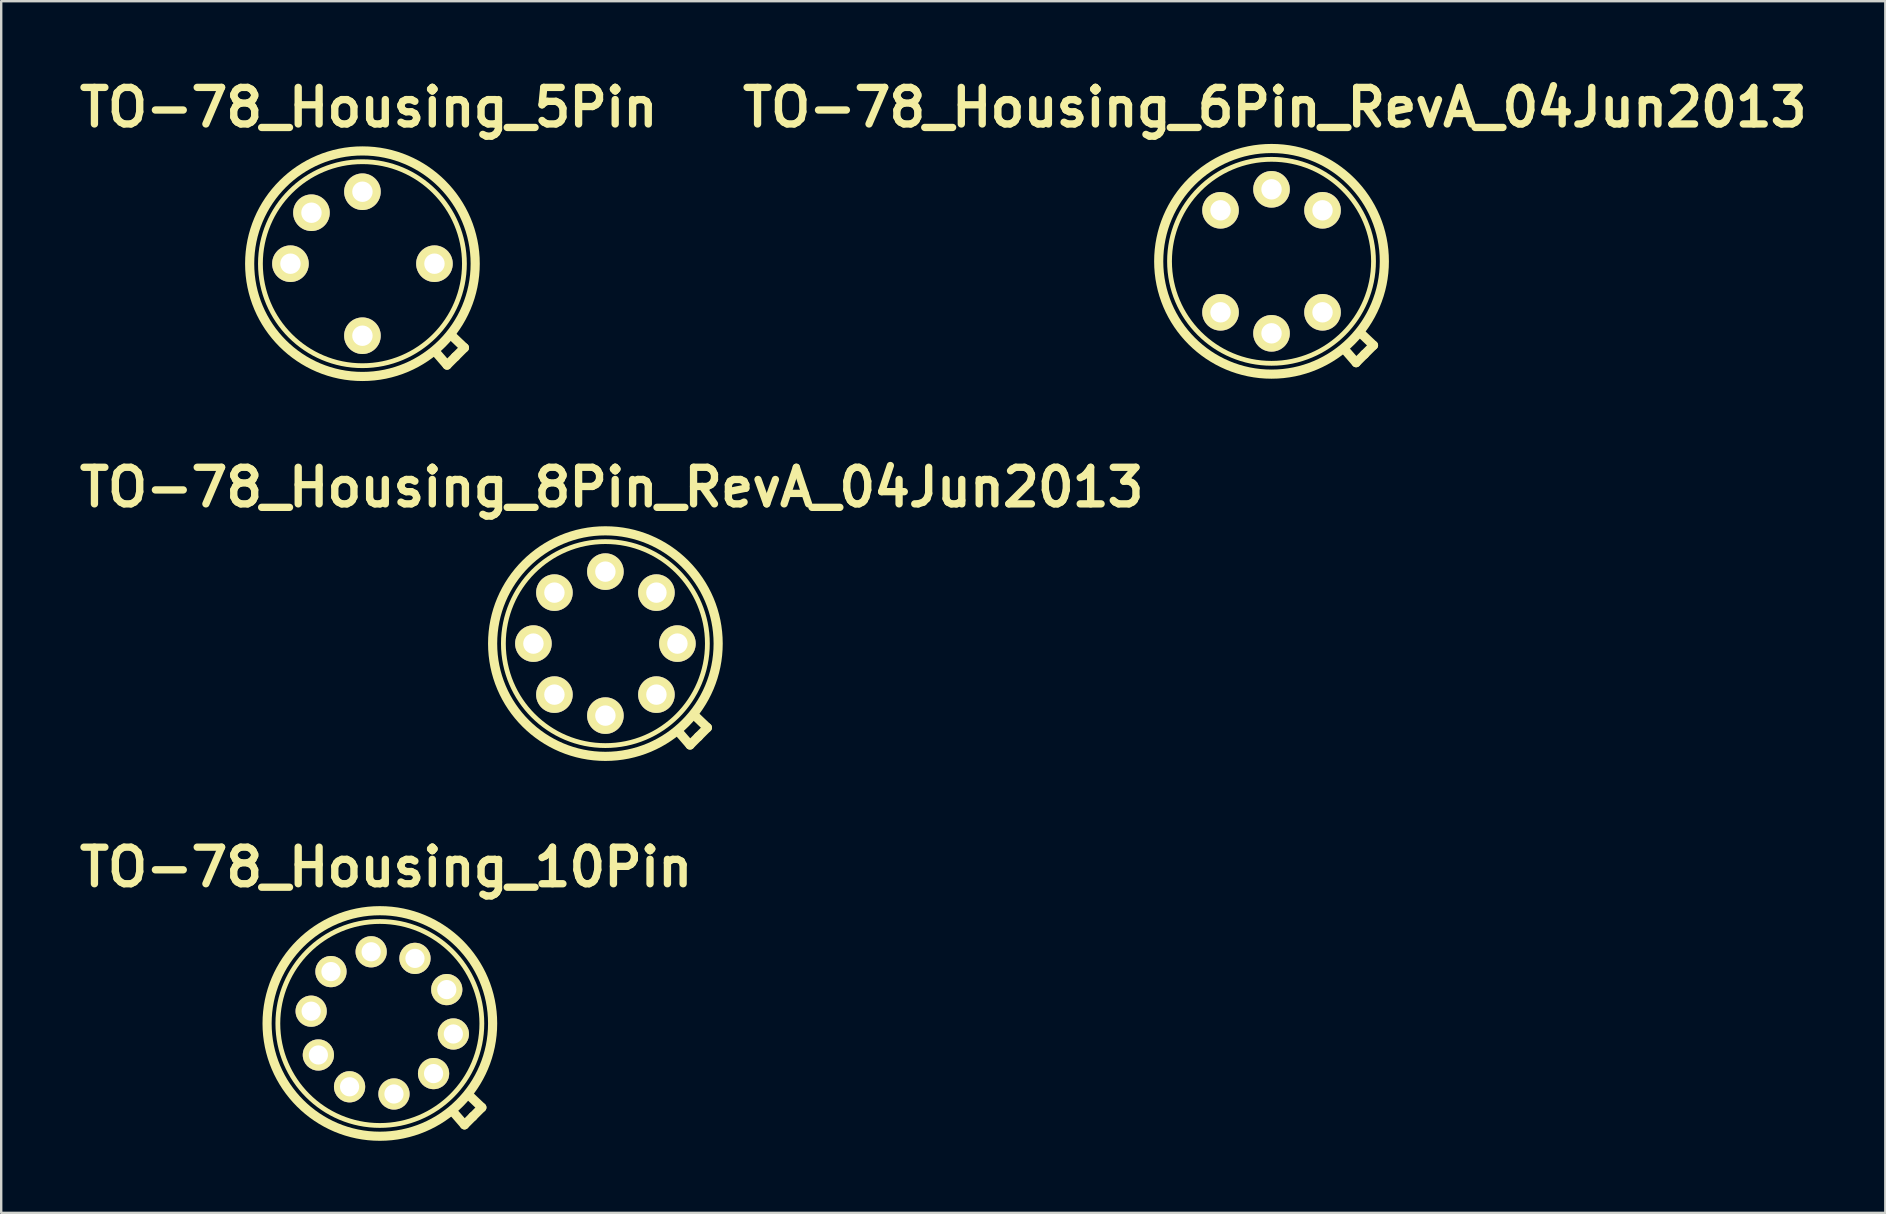
<source format=kicad_pcb>
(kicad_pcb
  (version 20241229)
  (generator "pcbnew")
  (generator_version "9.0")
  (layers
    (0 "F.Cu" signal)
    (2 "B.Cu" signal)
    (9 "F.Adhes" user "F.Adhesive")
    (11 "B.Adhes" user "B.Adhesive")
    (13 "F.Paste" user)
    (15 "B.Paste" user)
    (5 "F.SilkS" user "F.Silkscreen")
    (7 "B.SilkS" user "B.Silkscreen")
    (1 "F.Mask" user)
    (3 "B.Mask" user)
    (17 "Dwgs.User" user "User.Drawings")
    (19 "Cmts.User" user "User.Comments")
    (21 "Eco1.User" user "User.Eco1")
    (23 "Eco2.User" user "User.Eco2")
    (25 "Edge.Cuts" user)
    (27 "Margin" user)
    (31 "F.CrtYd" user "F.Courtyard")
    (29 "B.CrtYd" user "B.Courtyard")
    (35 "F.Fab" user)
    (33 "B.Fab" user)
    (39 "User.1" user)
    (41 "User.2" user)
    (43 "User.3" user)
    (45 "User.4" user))
  (footprint "TO-78_Housing_6Pin_RevA_04Jun2013"
    (layer "F.Cu")
    (at 49.92 7.901)
    (property "Reference" "TO-78_Housing_6Pin_RevA_04Jun2013" (at 0.15 -6.475 0) (layer "F.SilkS") (effects (font (size 1.524 1.524) (thickness 0.305))))
    (attr through_hole)
    (fp_line (start 3.538 4.162) (end 3.038 3.587) (stroke (width 0.381) (type solid)) (layer "F.SilkS"))
    (fp_line (start 3.888 3.812) (end 3.538 4.162) (stroke (width 0.381) (type solid)) (layer "F.SilkS"))
    (fp_line (start 3.888 3.812) (end 4.263 3.438) (stroke (width 0.381) (type solid)) (layer "F.SilkS"))
    (fp_line (start 4.263 3.438) (end 3.712 2.913) (stroke (width 0.381) (type solid)) (layer "F.SilkS"))
    (fp_circle (center 0.013 -0.062) (end 0.013 -4.763) (stroke (width 0.381) (type solid)) (fill no) (layer "F.SilkS"))
    (fp_circle (center 0.013 -0.062) (end 0.013 -4.312) (stroke (width 0.2) (type solid)) (fill no) (layer "F.SilkS"))
    (pad "2" thru_hole circle (at 2.138 -2.188 90) (size 1.524 1.524) (drill 0.85) (layers "*.Cu" "*.Mask" "F.SilkS"))
    (pad "3" thru_hole circle (at 0.013 -3.062 90) (size 1.524 1.524) (drill 0.85) (layers "*.Cu" "*.Mask" "F.SilkS"))
    (pad "4" thru_hole circle (at -2.112 -2.188 90) (size 1.524 1.524) (drill 0.85) (layers "*.Cu" "*.Mask" "F.SilkS"))
    (pad "6" thru_hole circle (at -2.112 2.062 90) (size 1.524 1.524) (drill 0.85) (layers "*.Cu" "*.Mask" "F.SilkS"))
    (pad "7" thru_hole circle (at 0.013 2.938 90) (size 1.524 1.524) (drill 0.85) (layers "*.Cu" "*.Mask" "F.SilkS"))
    (pad "8" thru_hole circle (at 2.138 2.062 90) (size 1.524 1.524) (drill 0.85) (layers "*.Cu" "*.Mask" "F.SilkS")))
  (footprint "TO-78_Housing_10Pin"
    (layer "F.Cu")
    (at 12.891 39.56)
    (property "Reference" "TO-78_Housing_10Pin" (at 0.15 -6.475 0) (layer "F.SilkS") (effects (font (size 1.524 1.524) (thickness 0.305))))
    (attr through_hole)
    (fp_line (start 3.413 4.263) (end 2.913 3.688) (stroke (width 0.381) (type solid)) (layer "F.SilkS"))
    (fp_line (start 3.763 3.913) (end 3.413 4.263) (stroke (width 0.381) (type solid)) (layer "F.SilkS"))
    (fp_line (start 3.763 3.913) (end 4.138 3.538) (stroke (width 0.381) (type solid)) (layer "F.SilkS"))
    (fp_line (start 4.138 3.538) (end 3.587 3.013) (stroke (width 0.381) (type solid)) (layer "F.SilkS"))
    (fp_circle (center -0.113 0.037) (end -0.113 -4.662) (stroke (width 0.381) (type solid)) (fill no) (layer "F.SilkS"))
    (fp_circle (center -0.113 0.037) (end -0.113 -4.213) (stroke (width 0.2) (type solid)) (fill no) (layer "F.SilkS"))
    (pad "1" thru_hole circle (at 2.95 0.475) (size 1.3 1.3) (drill 0.8) (layers "*.Cu" "*.Mask" "F.SilkS"))
    (pad "2" thru_hole circle (at 2.675 -1.375) (size 1.3 1.3) (drill 0.8) (layers "*.Cu" "*.Mask" "F.SilkS"))
    (pad "3" thru_hole circle (at 1.35 -2.675) (size 1.3 1.3) (drill 0.8) (layers "*.Cu" "*.Mask" "F.SilkS"))
    (pad "4" thru_hole circle (at -0.475 -2.95) (size 1.3 1.3) (drill 0.8) (layers "*.Cu" "*.Mask" "F.SilkS"))
    (pad "5" thru_hole circle (at -2.15 -2.125) (size 1.3 1.3) (drill 0.8) (layers "*.Cu" "*.Mask" "F.SilkS"))
    (pad "6" thru_hole circle (at -2.975 -0.475) (size 1.3 1.3) (drill 0.8) (layers "*.Cu" "*.Mask" "F.SilkS"))
    (pad "7" thru_hole circle (at -2.675 1.35) (size 1.3 1.3) (drill 0.8) (layers "*.Cu" "*.Mask" "F.SilkS"))
    (pad "8" thru_hole circle (at -1.375 2.675) (size 1.3 1.3) (drill 0.8) (layers "*.Cu" "*.Mask" "F.SilkS"))
    (pad "9" thru_hole circle (at 0.475 2.975) (size 1.3 1.3) (drill 0.8) (layers "*.Cu" "*.Mask" "F.SilkS"))
    (pad "10" thru_hole circle (at 2.125 2.125) (size 1.3 1.3) (drill 0.8) (layers "*.Cu" "*.Mask" "F.SilkS")))
  (footprint "TO-78_Housing_8Pin_RevA_04Jun2013"
    (layer "F.Cu")
    (at 22.289 23.731)
    (property "Reference" "TO-78_Housing_8Pin_RevA_04Jun2013" (at 0.15 -6.475 0) (layer "F.SilkS") (effects (font (size 1.524 1.524) (thickness 0.305))))
    (attr through_hole)
    (fp_line (start 3.413 4.263) (end 2.913 3.688) (stroke (width 0.381) (type solid)) (layer "F.SilkS"))
    (fp_line (start 3.763 3.913) (end 3.413 4.263) (stroke (width 0.381) (type solid)) (layer "F.SilkS"))
    (fp_line (start 3.763 3.913) (end 4.138 3.538) (stroke (width 0.381) (type solid)) (layer "F.SilkS"))
    (fp_line (start 4.138 3.538) (end 3.587 3.013) (stroke (width 0.381) (type solid)) (layer "F.SilkS"))
    (fp_circle (center -0.113 0.037) (end -0.113 -4.662) (stroke (width 0.381) (type solid)) (fill no) (layer "F.SilkS"))
    (fp_circle (center -0.113 0.037) (end -0.113 -4.213) (stroke (width 0.2) (type solid)) (fill no) (layer "F.SilkS"))
    (pad "1" thru_hole circle (at -0.113 3.038 90) (size 1.524 1.524) (drill 0.85) (layers "*.Cu" "*.Mask" "F.SilkS"))
    (pad "1" thru_hole circle (at 2.888 0.037 90) (size 1.524 1.524) (drill 0.85) (layers "*.Cu" "*.Mask" "F.SilkS"))
    (pad "2" thru_hole circle (at -2.237 2.163 90) (size 1.524 1.524) (drill 0.85) (layers "*.Cu" "*.Mask" "F.SilkS"))
    (pad "2" thru_hole circle (at 2.013 -2.087 90) (size 1.524 1.524) (drill 0.85) (layers "*.Cu" "*.Mask" "F.SilkS"))
    (pad "3" thru_hole circle (at -3.112 0.037 90) (size 1.524 1.524) (drill 0.85) (layers "*.Cu" "*.Mask" "F.SilkS"))
    (pad "4" thru_hole circle (at -2.237 -2.087 90) (size 1.524 1.524) (drill 0.85) (layers "*.Cu" "*.Mask" "F.SilkS"))
    (pad "5" thru_hole circle (at -0.113 -2.962 90) (size 1.524 1.524) (drill 0.85) (layers "*.Cu" "*.Mask" "F.SilkS"))
    (pad "8" thru_hole circle (at 2.013 2.163 90) (size 1.524 1.524) (drill 0.85) (layers "*.Cu" "*.Mask" "F.SilkS")))
  (footprint "TO-78_Housing_5Pin"
    (layer "F.Cu")
    (at 12.165 7.901)
    (property "Reference" "TO-78_Housing_5Pin" (at 0.15 -6.475 0) (layer "F.SilkS") (effects (font (size 1.524 1.524) (thickness 0.305))))
    (attr through_hole)
    (fp_line (start 3.413 4.263) (end 2.913 3.688) (stroke (width 0.381) (type solid)) (layer "F.SilkS"))
    (fp_line (start 3.763 3.913) (end 3.413 4.263) (stroke (width 0.381) (type solid)) (layer "F.SilkS"))
    (fp_line (start 3.763 3.913) (end 4.138 3.538) (stroke (width 0.381) (type solid)) (layer "F.SilkS"))
    (fp_line (start 4.138 3.538) (end 3.587 3.013) (stroke (width 0.381) (type solid)) (layer "F.SilkS"))
    (fp_circle (center -0.113 0.037) (end -0.113 -4.662) (stroke (width 0.381) (type solid)) (fill no) (layer "F.SilkS"))
    (fp_circle (center -0.113 0.037) (end -0.113 -4.213) (stroke (width 0.2) (type solid)) (fill no) (layer "F.SilkS"))
    (pad "1" thru_hole circle (at -0.113 3.038 90) (size 1.524 1.524) (drill 0.85) (layers "*.Cu" "*.Mask" "F.SilkS"))
    (pad "3" thru_hole circle (at -3.112 0.037 90) (size 1.524 1.524) (drill 0.85) (layers "*.Cu" "*.Mask" "F.SilkS"))
    (pad "4" thru_hole circle (at -2.237 -2.087 90) (size 1.524 1.524) (drill 0.85) (layers "*.Cu" "*.Mask" "F.SilkS"))
    (pad "5" thru_hole circle (at -0.113 -2.962 90) (size 1.524 1.524) (drill 0.85) (layers "*.Cu" "*.Mask" "F.SilkS"))
    (pad "7" thru_hole circle (at 2.888 0.037 90) (size 1.524 1.524) (drill 0.85) (layers "*.Cu" "*.Mask" "F.SilkS")))
  (gr_rect
    (start -3 -3)
    (end 75.509 47.488)
    (stroke (width 0.1) (type default))
    (fill no)
    (layer "Edge.Cuts")))
</source>
